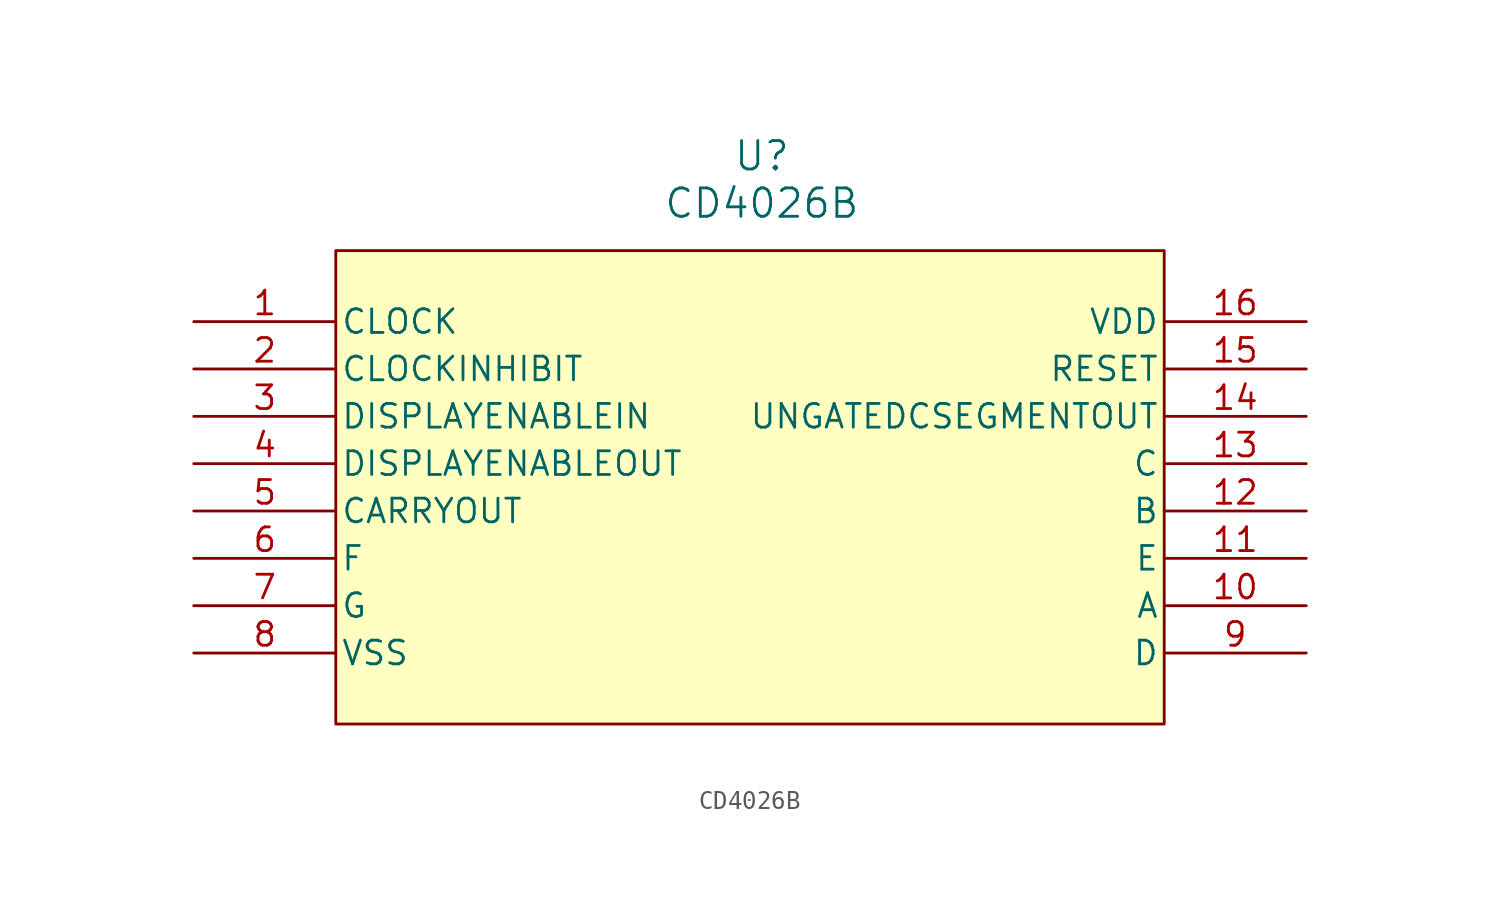
<source format=kicad_sym>
(kicad_symbol_lib
  (version 20211014)
  (generator kicad_symbol_editor)
  (symbol "CD4026B"
    (pin_names
      (offset 0.254))
    (property "Reference" "U"
      (at 30.48 8.89 0)
      (effects (font (size 1.524 1.524))))
    (property "Value" "CD4026B"
      (at 30.48 6.35 0)
      (effects (font (size 1.524 1.524))))
    (property "ki_locked" ""
      (at 0 0 0)
      (effects (font (size 1.27 1.27))))
    (symbol "CD4026B_0_1"
      (pin unspecified line (at 0 0 0) (length 7.62) (name "CLOCK" (effects (font (size 1.27 1.27)))) (number "1" (effects (font (size 1.27 1.27)))))
      (pin unspecified line (at 59.69 -15.24 180) (length 7.62) (name "A" (effects (font (size 1.27 1.27)))) (number "10" (effects (font (size 1.27 1.27)))))
      (pin unspecified line (at 59.69 -12.7 180) (length 7.62) (name "E" (effects (font (size 1.27 1.27)))) (number "11" (effects (font (size 1.27 1.27)))))
      (pin unspecified line (at 59.69 -10.16 180) (length 7.62) (name "B" (effects (font (size 1.27 1.27)))) (number "12" (effects (font (size 1.27 1.27)))))
      (pin unspecified line (at 59.69 -7.62 180) (length 7.62) (name "C" (effects (font (size 1.27 1.27)))) (number "13" (effects (font (size 1.27 1.27)))))
      (pin output line (at 59.69 -5.08 180) (length 7.62) (name "UNGATEDCSEGMENTOUT" (effects (font (size 1.27 1.27)))) (number "14" (effects (font (size 1.27 1.27)))))
      (pin unspecified line (at 59.69 -2.54 180) (length 7.62) (name "RESET" (effects (font (size 1.27 1.27)))) (number "15" (effects (font (size 1.27 1.27)))))
      (pin power_in line (at 59.69 0 180) (length 7.62) (name "VDD" (effects (font (size 1.27 1.27)))) (number "16" (effects (font (size 1.27 1.27)))))
      (pin unspecified line (at 0 -2.54 0) (length 7.62) (name "CLOCKINHIBIT" (effects (font (size 1.27 1.27)))) (number "2" (effects (font (size 1.27 1.27)))))
      (pin input line (at 0 -5.08 0) (length 7.62) (name "DISPLAYENABLEIN" (effects (font (size 1.27 1.27)))) (number "3" (effects (font (size 1.27 1.27)))))
      (pin output line (at 0 -7.62 0) (length 7.62) (name "DISPLAYENABLEOUT" (effects (font (size 1.27 1.27)))) (number "4" (effects (font (size 1.27 1.27)))))
      (pin output line (at 0 -10.16 0) (length 7.62) (name "CARRYOUT" (effects (font (size 1.27 1.27)))) (number "5" (effects (font (size 1.27 1.27)))))
      (pin unspecified line (at 0 -12.7 0) (length 7.62) (name "F" (effects (font (size 1.27 1.27)))) (number "6" (effects (font (size 1.27 1.27)))))
      (pin unspecified line (at 0 -15.24 0) (length 7.62) (name "G" (effects (font (size 1.27 1.27)))) (number "7" (effects (font (size 1.27 1.27)))))
      (pin power_in line (at 0 -17.78 0) (length 7.62) (name "VSS" (effects (font (size 1.27 1.27)))) (number "8" (effects (font (size 1.27 1.27)))))
      (pin unspecified line (at 59.69 -17.78 180) (length 7.62) (name "D" (effects (font (size 1.27 1.27)))) (number "9" (effects (font (size 1.27 1.27))))))
    (symbol "CD4026B_1_1"
      (rectangle (start 52.07 -21.59) (end 7.62 3.81) (stroke (width 0) (type default) (color 0 0 0 0)) (fill (type background))))))
</source>
